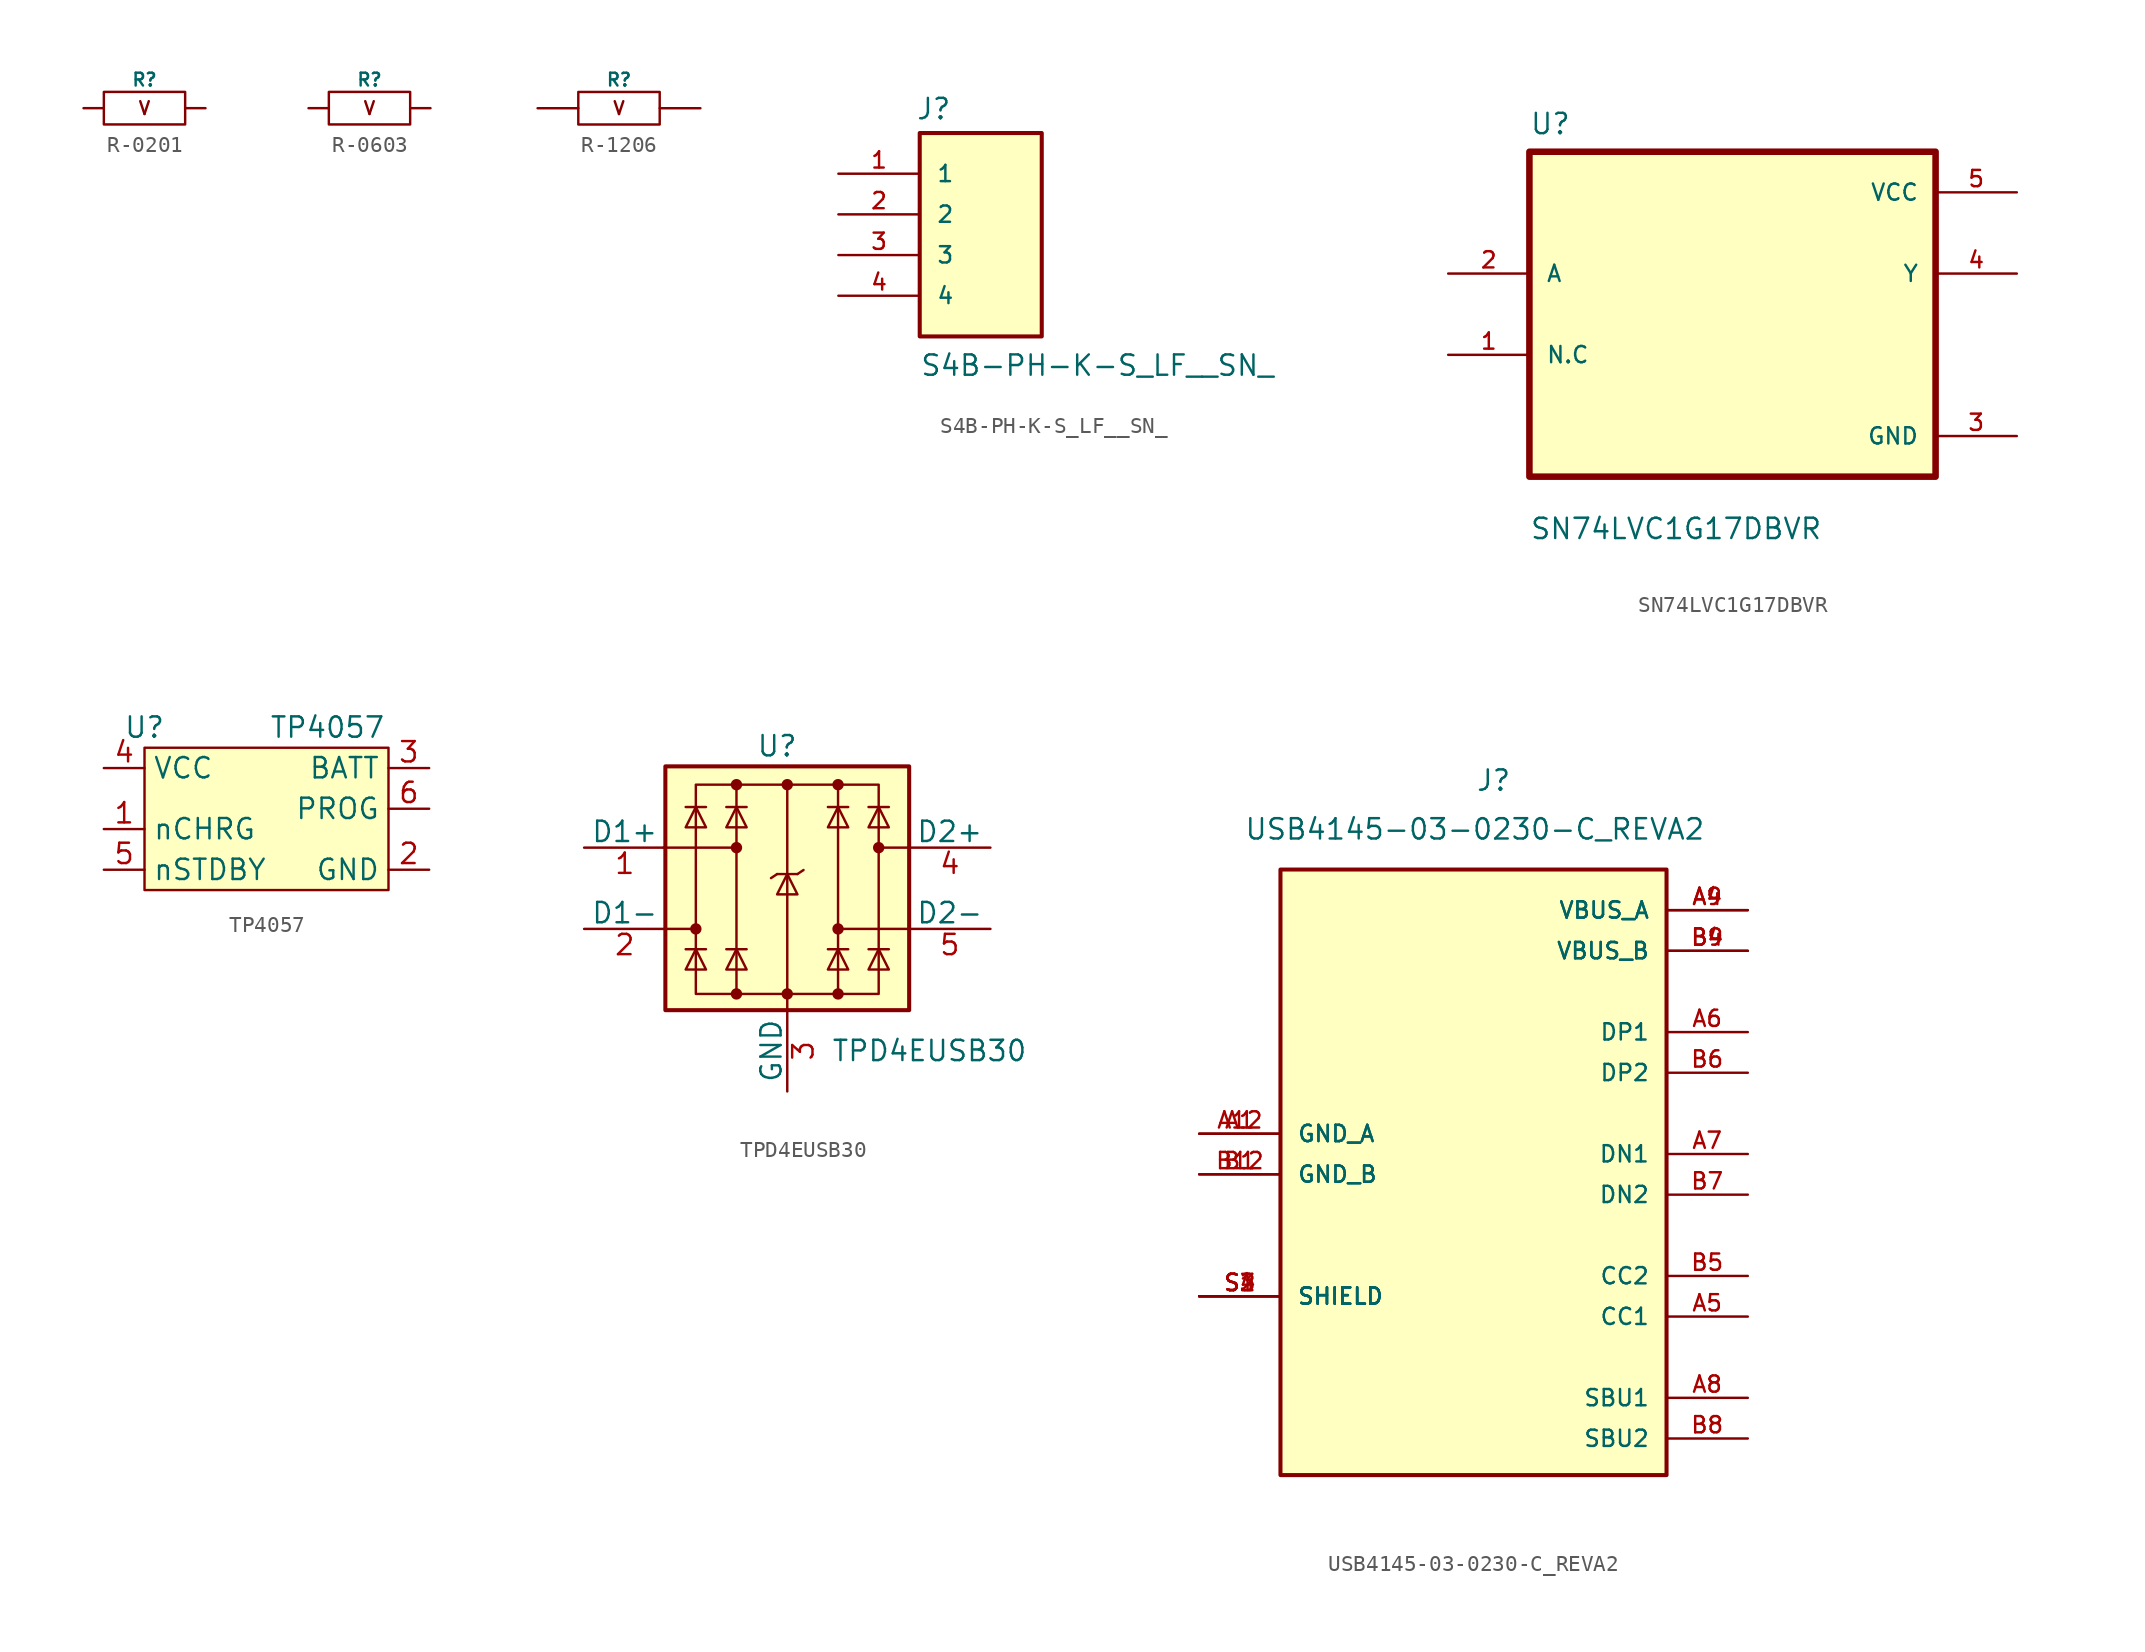
<source format=kicad_sym>
(kicad_symbol_lib
  (version 20231120)
  (generator "kicad_symbol_editor")
  (generator_version "8.0")
  (symbol "R-0201"
    (pin_numbers hide)
    (property "Reference" "R"
      (at 0 1.778 0)
      (do_not_autoplace)
      (effects (font (size 0.8 0.8))))
    (property "Value" "V"
      (at 0 0 0)
      (do_not_autoplace)
      (effects (font (size 0.8 0.8) (color 132 0 0 1))))
    (symbol "R-0201_0_1"
      (rectangle (start -2.54 1.016) (end 2.54 -1.016) (stroke (width 0) (type default)) (fill (type none))))
    (symbol "R-0201_1_1"
      (pin passive line (at -3.81 0 0) (length 1.27) (name "~" (effects (font (size 0.5 0.5)))) (number "1" (effects (font (size 0.5 0.5)))))
      (pin passive line (at 3.81 0 180) (length 1.27) (name "~" (effects (font (size 0.5 0.5)))) (number "2" (effects (font (size 0.5 0.5)))))))
  (symbol "R-0603"
    (pin_numbers hide)
    (property "Reference" "R"
      (at 0 1.778 0)
      (do_not_autoplace)
      (effects (font (size 0.8 0.8))))
    (property "Value" "V"
      (at 0 0 0)
      (do_not_autoplace)
      (effects (font (size 0.8 0.8) (color 132 0 0 1))))
    (symbol "R-0603_0_1"
      (rectangle (start -2.54 1.016) (end 2.54 -1.016) (stroke (width 0) (type default)) (fill (type none))))
    (symbol "R-0603_1_1"
      (pin passive line (at -3.81 0 0) (length 1.27) (name "~" (effects (font (size 0.5 0.5)))) (number "1" (effects (font (size 0.5 0.5)))))
      (pin passive line (at 3.81 0 180) (length 1.27) (name "~" (effects (font (size 0.5 0.5)))) (number "2" (effects (font (size 0.5 0.5)))))))
  (symbol "R-1206"
    (pin_numbers hide)
    (property "Reference" "R"
      (at 0 1.778 0)
      (do_not_autoplace)
      (effects (font (size 0.8 0.8))))
    (property "Value" "V"
      (at 0 0 0)
      (do_not_autoplace)
      (effects (font (size 0.8 0.8) (color 132 0 0 1))))
    (symbol "R-1206_0_1"
      (rectangle (start -2.54 1.016) (end 2.54 -1.016) (stroke (width 0) (type default)) (fill (type none))))
    (symbol "R-1206_1_1"
      (pin passive line (at -5.08 0 0) (length 2.54) (name "~" (effects (font (size 0.5 0.5)))) (number "1" (effects (font (size 0.5 0.5)))))
      (pin passive line (at 5.08 0 180) (length 2.54) (name "~" (effects (font (size 0.5 0.5)))) (number "2" (effects (font (size 0.5 0.5)))))))
  (symbol "S4B-PH-K-S_LF__SN_"
    (pin_names
      (offset 1.016))
    (property "Reference" "J"
      (at -2.795 5.844 0)
      (effects (font (size 1.27 1.27)) (justify left bottom)))
    (property "Value" "S4B-PH-K-S_LF__SN_"
      (at -2.544 -10.177 0)
      (effects (font (size 1.27 1.27)) (justify left bottom)))
    (symbol "S4B-PH-K-S_LF__SN__0_0"
      (rectangle (start -2.54 -7.62) (end 5.08 5.08) (stroke (width 0.254) (type default)) (fill (type background)))
      (pin passive line (at -7.62 2.54 0) (length 5.08) (name "1" (effects (font (size 1.016 1.016)))) (number "1" (effects (font (size 1.016 1.016)))))
      (pin passive line (at -7.62 0 0) (length 5.08) (name "2" (effects (font (size 1.016 1.016)))) (number "2" (effects (font (size 1.016 1.016)))))
      (pin passive line (at -7.62 -2.54 0) (length 5.08) (name "3" (effects (font (size 1.016 1.016)))) (number "3" (effects (font (size 1.016 1.016)))))
      (pin passive line (at -7.62 -5.08 0) (length 5.08) (name "4" (effects (font (size 1.016 1.016)))) (number "4" (effects (font (size 1.016 1.016)))))))
  (symbol "SN74LVC1G17DBVR"
    (pin_names
      (offset 1.016))
    (property "Reference" "U"
      (at -12.7 11.16 0)
      (effects (font (size 1.27 1.27)) (justify left bottom)))
    (property "Value" "SN74LVC1G17DBVR"
      (at -12.7 -14.16 0)
      (effects (font (size 1.27 1.27)) (justify left bottom)))
    (symbol "SN74LVC1G17DBVR_0_0"
      (rectangle (start -12.7 -10.16) (end 12.7 10.16) (stroke (width 0.41) (type default)) (fill (type background)))
      (pin bidirectional line (at -17.78 -2.54 0) (length 5.08) (name "N.C" (effects (font (size 1.016 1.016)))) (number "1" (effects (font (size 1.016 1.016)))))
      (pin input line (at -17.78 2.54 0) (length 5.08) (name "A" (effects (font (size 1.016 1.016)))) (number "2" (effects (font (size 1.016 1.016)))))
      (pin power_in line (at 17.78 -7.62 180) (length 5.08) (name "GND" (effects (font (size 1.016 1.016)))) (number "3" (effects (font (size 1.016 1.016)))))
      (pin output line (at 17.78 2.54 180) (length 5.08) (name "Y" (effects (font (size 1.016 1.016)))) (number "4" (effects (font (size 1.016 1.016)))))
      (pin power_in line (at 17.78 7.62 180) (length 5.08) (name "VCC" (effects (font (size 1.016 1.016)))) (number "5" (effects (font (size 1.016 1.016)))))))
  (symbol "TP4057"
    (property "Reference" "U"
      (at -7.62 6.35 0)
      (effects (font (size 1.27 1.27))))
    (property "Value" "TP4057"
      (at 3.81 6.35 0)
      (effects (font (size 1.27 1.27))))
    (symbol "TP4057_0_1"
      (rectangle (start -7.62 5.08) (end 7.62 -3.81) (stroke (width 0.152) (type default)) (fill (type background))))
    (symbol "TP4057_1_1"
      (pin input line (at -10.16 0 0) (length 2.54) (name "nCHRG" (effects (font (size 1.27 1.27)))) (number "1" (effects (font (size 1.27 1.27)))))
      (pin power_out line (at 10.16 -2.54 180) (length 2.54) (name "GND" (effects (font (size 1.27 1.27)))) (number "2" (effects (font (size 1.27 1.27)))))
      (pin output line (at 10.16 3.81 180) (length 2.54) (name "BATT" (effects (font (size 1.27 1.27)))) (number "3" (effects (font (size 1.27 1.27)))))
      (pin power_in line (at -10.16 3.81 0) (length 2.54) (name "VCC" (effects (font (size 1.27 1.27)))) (number "4" (effects (font (size 1.27 1.27)))))
      (pin input line (at -10.16 -2.54 0) (length 2.54) (name "nSTDBY" (effects (font (size 1.27 1.27)))) (number "5" (effects (font (size 1.27 1.27)))))
      (pin output line (at 10.16 1.27 180) (length 2.54) (name "PROG" (effects (font (size 1.27 1.27)))) (number "6" (effects (font (size 1.27 1.27)))))))
  (symbol "TPD4EUSB30"
    (pin_names
      (offset 0))
    (property "Reference" "U"
      (at -0.635 8.89 0)
      (effects (font (size 1.27 1.27))))
    (property "Value" "TPD4EUSB30"
      (at 8.89 -10.16 0)
      (effects (font (size 1.27 1.27))))
    (symbol "TPD4EUSB30_0_0"
      (rectangle (start -5.715 6.477) (end 5.715 -6.604) (stroke (width 0) (type default)) (fill (type none)))
      (polyline (pts (xy -3.175 -6.604) (xy -3.175 6.477)) (stroke (width 0) (type default)) (fill (type none)))
      (polyline (pts (xy 0 6.477) (xy 0 -6.604)) (stroke (width 0) (type default)) (fill (type none)))
      (polyline (pts (xy 3.175 6.477) (xy 3.175 -6.604)) (stroke (width 0) (type default)) (fill (type none))))
    (symbol "TPD4EUSB30_0_1"
      (rectangle (start -7.62 7.62) (end 7.62 -7.62) (stroke (width 0.254) (type default)) (fill (type background)))
      (circle (center -5.715 -2.54) (radius 0.279) (stroke (width 0) (type default)) (fill (type outline)))
      (circle (center -3.175 -6.604) (radius 0.279) (stroke (width 0) (type default)) (fill (type outline)))
      (circle (center -3.175 2.54) (radius 0.279) (stroke (width 0) (type default)) (fill (type outline)))
      (circle (center -3.175 6.477) (radius 0.279) (stroke (width 0) (type default)) (fill (type outline)))
      (circle (center 0 -6.604) (radius 0.279) (stroke (width 0) (type default)) (fill (type outline)))
      (polyline (pts (xy -7.747 2.54) (xy -3.175 2.54)) (stroke (width 0) (type default)) (fill (type none)))
      (polyline (pts (xy -7.62 -2.54) (xy -5.715 -2.54)) (stroke (width 0) (type default)) (fill (type none)))
      (polyline (pts (xy -5.08 -3.81) (xy -6.35 -3.81)) (stroke (width 0) (type default)) (fill (type none)))
      (polyline (pts (xy -5.08 5.08) (xy -6.35 5.08)) (stroke (width 0) (type default)) (fill (type none)))
      (polyline (pts (xy -2.54 -3.81) (xy -3.81 -3.81)) (stroke (width 0) (type default)) (fill (type none)))
      (polyline (pts (xy -2.54 5.08) (xy -3.81 5.08)) (stroke (width 0) (type default)) (fill (type none)))
      (polyline (pts (xy -0.635 0.889) (xy -1.016 0.635)) (stroke (width 0) (type default)) (fill (type none)))
      (polyline (pts (xy 0 -6.604) (xy 0 -7.62)) (stroke (width 0) (type default)) (fill (type none)))
      (polyline (pts (xy 0.635 0.889) (xy -0.635 0.889)) (stroke (width 0) (type default)) (fill (type none)))
      (polyline (pts (xy 0.635 0.889) (xy 1.016 1.143)) (stroke (width 0) (type default)) (fill (type none)))
      (polyline (pts (xy 3.81 -3.81) (xy 2.54 -3.81)) (stroke (width 0) (type default)) (fill (type none)))
      (polyline (pts (xy 3.81 5.08) (xy 2.54 5.08)) (stroke (width 0) (type default)) (fill (type none)))
      (polyline (pts (xy 6.35 -3.81) (xy 5.08 -3.81)) (stroke (width 0) (type default)) (fill (type none)))
      (polyline (pts (xy 6.35 5.08) (xy 5.08 5.08)) (stroke (width 0) (type default)) (fill (type none)))
      (polyline (pts (xy 7.62 -2.54) (xy 3.175 -2.54)) (stroke (width 0) (type default)) (fill (type none)))
      (polyline (pts (xy 7.62 2.54) (xy 5.715 2.54)) (stroke (width 0) (type default)) (fill (type none)))
      (polyline (pts (xy -5.08 -5.08) (xy -6.35 -5.08) (xy -5.715 -3.81) (xy -5.08 -5.08)) (stroke (width 0) (type default)) (fill (type none)))
      (polyline (pts (xy -5.08 3.81) (xy -6.35 3.81) (xy -5.715 5.08) (xy -5.08 3.81)) (stroke (width 0) (type default)) (fill (type none)))
      (polyline (pts (xy -2.54 -5.08) (xy -3.81 -5.08) (xy -3.175 -3.81) (xy -2.54 -5.08)) (stroke (width 0) (type default)) (fill (type none)))
      (polyline (pts (xy -2.54 3.81) (xy -3.81 3.81) (xy -3.175 5.08) (xy -2.54 3.81)) (stroke (width 0) (type default)) (fill (type none)))
      (polyline (pts (xy 0.635 -0.381) (xy -0.635 -0.381) (xy 0 0.889) (xy 0.635 -0.381)) (stroke (width 0) (type default)) (fill (type none)))
      (polyline (pts (xy 3.81 -5.08) (xy 2.54 -5.08) (xy 3.175 -3.81) (xy 3.81 -5.08)) (stroke (width 0) (type default)) (fill (type none)))
      (polyline (pts (xy 3.81 3.81) (xy 2.54 3.81) (xy 3.175 5.08) (xy 3.81 3.81)) (stroke (width 0) (type default)) (fill (type none)))
      (polyline (pts (xy 6.35 -5.08) (xy 5.08 -5.08) (xy 5.715 -3.81) (xy 6.35 -5.08)) (stroke (width 0) (type default)) (fill (type none)))
      (polyline (pts (xy 6.35 3.81) (xy 5.08 3.81) (xy 5.715 5.08) (xy 6.35 3.81)) (stroke (width 0) (type default)) (fill (type none)))
      (circle (center 0 6.477) (radius 0.279) (stroke (width 0) (type default)) (fill (type outline)))
      (circle (center 3.175 -6.604) (radius 0.279) (stroke (width 0) (type default)) (fill (type outline)))
      (circle (center 3.175 -2.54) (radius 0.279) (stroke (width 0) (type default)) (fill (type outline)))
      (circle (center 3.175 6.477) (radius 0.279) (stroke (width 0) (type default)) (fill (type outline)))
      (circle (center 5.715 2.54) (radius 0.279) (stroke (width 0) (type default)) (fill (type outline))))
    (symbol "TPD4EUSB30_1_1"
      (pin passive line (at -12.7 2.54 0) (length 5.08) (name "D1+" (effects (font (size 1.27 1.27)))) (number "1" (effects (font (size 1.27 1.27)))))
      (pin passive line (at -12.7 2.54 0) (length 5.08) hide (name "NC" (effects (font (size 1.27 1.27)))) (number "10" (effects (font (size 1.27 1.27)))))
      (pin passive line (at -12.7 -2.54 0) (length 5.08) (name "D1-" (effects (font (size 1.27 1.27)))) (number "2" (effects (font (size 1.27 1.27)))))
      (pin power_in line (at 0 -12.7 90) (length 5.08) (name "GND" (effects (font (size 1.27 1.27)))) (number "3" (effects (font (size 1.27 1.27)))))
      (pin passive line (at 12.7 2.54 180) (length 5.08) (name "D2+" (effects (font (size 1.27 1.27)))) (number "4" (effects (font (size 1.27 1.27)))))
      (pin passive line (at 12.7 -2.54 180) (length 5.08) (name "D2-" (effects (font (size 1.27 1.27)))) (number "5" (effects (font (size 1.27 1.27)))))
      (pin passive line (at 12.7 -2.54 180) (length 5.08) hide (name "NC" (effects (font (size 1.27 1.27)))) (number "6" (effects (font (size 1.27 1.27)))))
      (pin passive line (at 12.7 2.54 180) (length 5.08) hide (name "NC" (effects (font (size 1.27 1.27)))) (number "7" (effects (font (size 1.27 1.27)))))
      (pin passive line (at 0 -12.7 90) (length 5.08) hide (name "GND" (effects (font (size 1.27 1.27)))) (number "8" (effects (font (size 1.27 1.27)))))
      (pin passive line (at -12.7 -2.54 0) (length 5.08) hide (name "NC" (effects (font (size 1.27 1.27)))) (number "9" (effects (font (size 1.27 1.27)))))))
  (symbol "USB4145-03-0230-C_REVA2"
    (pin_names
      (offset 1.016))
    (property "Reference" "J"
      (at -0.508 14.986 0)
      (effects (font (size 1.27 1.27)) (justify left bottom)))
    (property "Value" "USB4145-03-0230-C_REVA2"
      (at -14.986 11.938 0)
      (effects (font (size 1.27 1.27)) (justify left bottom)))
    (symbol "USB4145-03-0230-C_REVA2_0_0"
      (rectangle (start -12.7 10.16) (end 11.43 -27.686) (stroke (width 0.254) (type default)) (fill (type background)))
      (pin power_in line (at -17.78 -6.35 0) (length 5.08) (name "GND_A" (effects (font (size 1.016 1.016)))) (number "A1" (effects (font (size 1.016 1.016)))))
      (pin power_in line (at -17.78 -6.35 0) (length 5.08) (name "GND_A" (effects (font (size 1.016 1.016)))) (number "A12" (effects (font (size 1.016 1.016)))))
      (pin power_in line (at 16.51 7.62 180) (length 5.08) (name "VBUS_A" (effects (font (size 1.016 1.016)))) (number "A4" (effects (font (size 1.016 1.016)))))
      (pin bidirectional line (at 16.51 -17.78 180) (length 5.08) (name "CC1" (effects (font (size 1.016 1.016)))) (number "A5" (effects (font (size 1.016 1.016)))))
      (pin bidirectional line (at 16.51 0 180) (length 5.08) (name "DP1" (effects (font (size 1.016 1.016)))) (number "A6" (effects (font (size 1.016 1.016)))))
      (pin bidirectional line (at 16.51 -7.62 180) (length 5.08) (name "DN1" (effects (font (size 1.016 1.016)))) (number "A7" (effects (font (size 1.016 1.016)))))
      (pin bidirectional line (at 16.51 -22.86 180) (length 5.08) (name "SBU1" (effects (font (size 1.016 1.016)))) (number "A8" (effects (font (size 1.016 1.016)))))
      (pin power_in line (at 16.51 7.62 180) (length 5.08) (name "VBUS_A" (effects (font (size 1.016 1.016)))) (number "A9" (effects (font (size 1.016 1.016)))))
      (pin power_in line (at -17.78 -8.89 0) (length 5.08) (name "GND_B" (effects (font (size 1.016 1.016)))) (number "B1" (effects (font (size 1.016 1.016)))))
      (pin power_in line (at -17.78 -8.89 0) (length 5.08) (name "GND_B" (effects (font (size 1.016 1.016)))) (number "B12" (effects (font (size 1.016 1.016)))))
      (pin power_in line (at 16.51 5.08 180) (length 5.08) (name "VBUS_B" (effects (font (size 1.016 1.016)))) (number "B4" (effects (font (size 1.016 1.016)))))
      (pin bidirectional line (at 16.51 -15.24 180) (length 5.08) (name "CC2" (effects (font (size 1.016 1.016)))) (number "B5" (effects (font (size 1.016 1.016)))))
      (pin bidirectional line (at 16.51 -2.54 180) (length 5.08) (name "DP2" (effects (font (size 1.016 1.016)))) (number "B6" (effects (font (size 1.016 1.016)))))
      (pin bidirectional line (at 16.51 -10.16 180) (length 5.08) (name "DN2" (effects (font (size 1.016 1.016)))) (number "B7" (effects (font (size 1.016 1.016)))))
      (pin bidirectional line (at 16.51 -25.4 180) (length 5.08) (name "SBU2" (effects (font (size 1.016 1.016)))) (number "B8" (effects (font (size 1.016 1.016)))))
      (pin power_in line (at 16.51 5.08 180) (length 5.08) (name "VBUS_B" (effects (font (size 1.016 1.016)))) (number "B9" (effects (font (size 1.016 1.016)))))
      (pin passive line (at -17.78 -16.51 0) (length 5.08) (name "SHIELD" (effects (font (size 1.016 1.016)))) (number "S1" (effects (font (size 1.016 1.016)))))
      (pin passive line (at -17.78 -16.51 0) (length 5.08) (name "SHIELD" (effects (font (size 1.016 1.016)))) (number "S2" (effects (font (size 1.016 1.016)))))
      (pin passive line (at -17.78 -16.51 0) (length 5.08) (name "SHIELD" (effects (font (size 1.016 1.016)))) (number "S3" (effects (font (size 1.016 1.016)))))
      (pin passive line (at -17.78 -16.51 0) (length 5.08) (name "SHIELD" (effects (font (size 1.016 1.016)))) (number "S4" (effects (font (size 1.016 1.016))))))))
</source>
